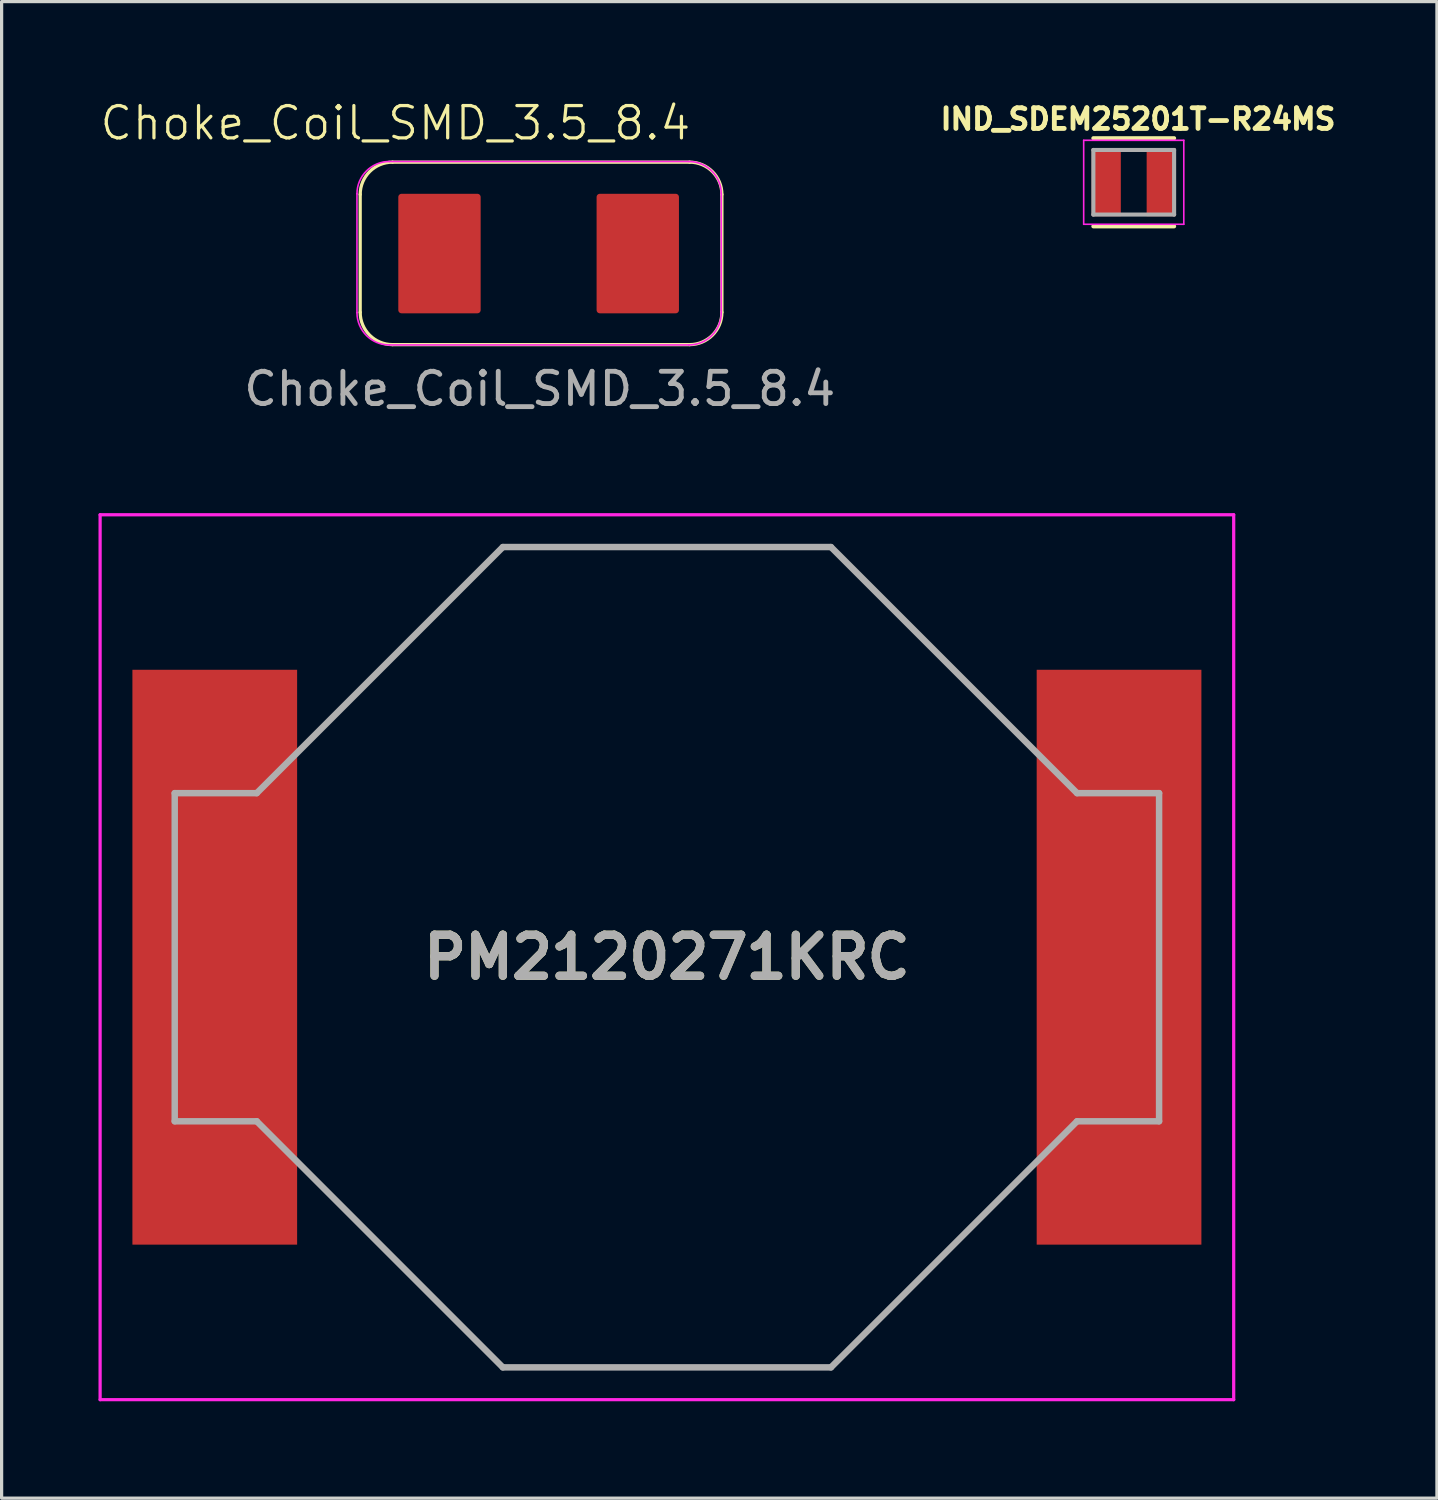
<source format=kicad_pcb>
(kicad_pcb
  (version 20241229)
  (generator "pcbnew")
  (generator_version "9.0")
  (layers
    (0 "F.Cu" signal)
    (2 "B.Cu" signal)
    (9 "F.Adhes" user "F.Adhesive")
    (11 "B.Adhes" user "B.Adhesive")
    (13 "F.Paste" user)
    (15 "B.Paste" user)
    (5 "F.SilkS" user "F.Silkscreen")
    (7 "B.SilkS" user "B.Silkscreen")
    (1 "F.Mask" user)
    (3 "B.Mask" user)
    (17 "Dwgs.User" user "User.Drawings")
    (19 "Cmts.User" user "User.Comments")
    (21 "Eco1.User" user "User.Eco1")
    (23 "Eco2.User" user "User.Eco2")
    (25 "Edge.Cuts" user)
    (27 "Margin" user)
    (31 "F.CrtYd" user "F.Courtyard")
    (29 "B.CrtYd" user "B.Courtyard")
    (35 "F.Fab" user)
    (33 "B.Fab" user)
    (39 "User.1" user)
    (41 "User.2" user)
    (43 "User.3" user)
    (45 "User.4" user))
  (footprint "Choke_Coil_SMD_3.5_8.4"
    (layer "F.Cu")
    (at 13.723 4.681)
    (property "Reference" "Choke_Coil_SMD_3.5_8.4" (at -4.53 -3.92 0) (unlocked yes) (layer "F.SilkS") (effects (font (size 1 1) (thickness 0.1))))
    (attr smd)
    (fp_rect (start -4.34 -1.63) (end -1.99 1.87) (stroke (width 0.2) (type solid)) (fill yes) (layer "F.Cu"))
    (fp_rect (start 1.8 -1.63) (end 4.15 1.87) (stroke (width 0.2) (type solid)) (fill yes) (layer "F.Cu"))
    (fp_rect (start -4.47 -1.82) (end -1.87 1.89) (stroke (width 0.1) (type solid)) (fill yes) (layer "F.Mask"))
    (fp_rect (start 1.75 -1.73) (end 4.28 1.98) (stroke (width 0.1) (type solid)) (fill yes) (layer "F.Mask"))
    (fp_line (start -5.62 1.94) (end -5.62 -1.71) (stroke (width 0.1) (type default)) (layer "F.SilkS"))
    (fp_line (start -4.62 -2.71) (end 4.58 -2.71) (stroke (width 0.1) (type default)) (layer "F.SilkS"))
    (fp_line (start 4.58 2.94) (end -4.62 2.94) (stroke (width 0.1) (type default)) (layer "F.SilkS"))
    (fp_line (start 5.58 -1.71) (end 5.58 1.94) (stroke (width 0.1) (type default)) (layer "F.SilkS"))
    (fp_arc (start -5.62 -1.71) (mid -5.327107 -2.417107) (end -4.62 -2.71) (stroke (width 0.1) (type default)) (layer "F.SilkS"))
    (fp_arc (start -4.62 2.94) (mid -5.327107 2.647107) (end -5.62 1.94) (stroke (width 0.1) (type default)) (layer "F.SilkS"))
    (fp_arc (start 4.58 -2.71) (mid 5.287107 -2.417107) (end 5.58 -1.71) (stroke (width 0.1) (type default)) (layer "F.SilkS"))
    (fp_arc (start 5.58 1.94) (mid 5.287107 2.647107) (end 4.58 2.94) (stroke (width 0.1) (type default)) (layer "F.SilkS"))
    (fp_rect (start -4.51 -1.81) (end -1.85 1.97) (stroke (width 0.1) (type solid)) (fill yes) (layer "F.Paste"))
    (fp_rect (start 1.64 -1.76) (end 4.34 1.98) (stroke (width 0.1) (type solid)) (fill yes) (layer "F.Paste"))
    (fp_line (start -5.72 1.95) (end -5.72 -1.73) (stroke (width 0.05) (type default)) (layer "F.CrtYd"))
    (fp_line (start -4.72 -2.73) (end 4.56 -2.73) (stroke (width 0.05) (type default)) (layer "F.CrtYd"))
    (fp_line (start 4.56 2.95) (end -4.72 2.95) (stroke (width 0.05) (type default)) (layer "F.CrtYd"))
    (fp_line (start 5.56 -1.73) (end 5.56 1.95) (stroke (width 0.05) (type default)) (layer "F.CrtYd"))
    (fp_arc (start -5.72 -1.73) (mid -5.427107 -2.437107) (end -4.72 -2.73) (stroke (width 0.05) (type default)) (layer "F.CrtYd"))
    (fp_arc (start -4.72 2.95) (mid -5.427107 2.657107) (end -5.72 1.95) (stroke (width 0.05) (type default)) (layer "F.CrtYd"))
    (fp_arc (start 4.56 -2.73) (mid 5.267107 -2.437107) (end 5.56 -1.73) (stroke (width 0.05) (type default)) (layer "F.CrtYd"))
    (fp_arc (start 5.56 1.95) (mid 5.267107 2.657107) (end 4.56 2.95) (stroke (width 0.05) (type default)) (layer "F.CrtYd"))
    (fp_text user "${REFERENCE}" (at -0.06 4.31 0) (unlocked yes) (layer "F.Fab") (effects (font (size 1 1) (thickness 0.15)))))
  (footprint "IND_SDEM25201T-R24MS"
    (layer "F.Cu")
    (at 32.055 2.594)
    (property "Reference" "IND_SDEM25201T-R24MS" (at 0.132 -1.956 0) (layer "F.SilkS") (effects (font (size 0.64 0.64) (thickness 0.15))))
    (attr smd)
    (fp_line (start -1.25 -1.364) (end 1.25 -1.364) (stroke (width 0.127) (type solid)) (layer "F.SilkS"))
    (fp_line (start -1.25 1.364) (end 1.25 1.364) (stroke (width 0.127) (type solid)) (layer "F.SilkS"))
    (fp_line (start -1.55 -1.3) (end 1.55 -1.3) (stroke (width 0.05) (type solid)) (layer "F.CrtYd"))
    (fp_line (start -1.55 1.3) (end -1.55 -1.3) (stroke (width 0.05) (type solid)) (layer "F.CrtYd"))
    (fp_line (start 1.55 -1.3) (end 1.55 1.3) (stroke (width 0.05) (type solid)) (layer "F.CrtYd"))
    (fp_line (start 1.55 1.3) (end -1.55 1.3) (stroke (width 0.05) (type solid)) (layer "F.CrtYd"))
    (fp_line (start -1.25 -1) (end 1.25 -1) (stroke (width 0.127) (type solid)) (layer "F.Fab"))
    (fp_line (start -1.25 1) (end -1.25 -1) (stroke (width 0.127) (type solid)) (layer "F.Fab"))
    (fp_line (start 1.25 -1) (end 1.25 1) (stroke (width 0.127) (type solid)) (layer "F.Fab"))
    (fp_line (start 1.25 1) (end -1.25 1) (stroke (width 0.127) (type solid)) (layer "F.Fab"))
    (pad "1" smd rect (at -0.85 0) (size 0.9 2.1) (layers "F.Cu" "F.Mask" "F.Paste"))
    (pad "2" smd rect (at 0.85 0) (size 0.9 2.1) (layers "F.Cu" "F.Mask" "F.Paste")))
  (footprint "PM2120271KRC"
    (layer "F.Cu")
    (at 17.6 26.589)
    (property "Reference" "PM2120271KRC" (at 0 0 0) (layer "F.SilkS") (effects (font (size 1.27 1.27) (thickness 0.254))))
    (attr smd)
    (fp_line (start -10.16 -7.62) (end -5.08 -12.7) (stroke (width 0.1) (type solid)) (layer "F.SilkS"))
    (fp_line (start -10.16 7.62) (end -5.08 12.7) (stroke (width 0.1) (type solid)) (layer "F.SilkS"))
    (fp_line (start -5.08 -12.7) (end 5.08 -12.7) (stroke (width 0.1) (type solid)) (layer "F.SilkS"))
    (fp_line (start -5.08 12.7) (end 5.08 12.7) (stroke (width 0.1) (type solid)) (layer "F.SilkS"))
    (fp_line (start 5.08 -12.7) (end 10.16 -7.62) (stroke (width 0.1) (type solid)) (layer "F.SilkS"))
    (fp_line (start 5.08 12.7) (end 10.16 7.62) (stroke (width 0.1) (type solid)) (layer "F.SilkS"))
    (fp_line (start -17.55 -13.7) (end 17.55 -13.7) (stroke (width 0.1) (type solid)) (layer "F.CrtYd"))
    (fp_line (start -17.55 13.7) (end -17.55 -13.7) (stroke (width 0.1) (type solid)) (layer "F.CrtYd"))
    (fp_line (start 17.55 -13.7) (end 17.55 13.7) (stroke (width 0.1) (type solid)) (layer "F.CrtYd"))
    (fp_line (start 17.55 13.7) (end -17.55 13.7) (stroke (width 0.1) (type solid)) (layer "F.CrtYd"))
    (fp_line (start -15.24 -5.08) (end -12.7 -5.08) (stroke (width 0.2) (type solid)) (layer "F.Fab"))
    (fp_line (start -15.24 5.08) (end -15.24 -5.08) (stroke (width 0.2) (type solid)) (layer "F.Fab"))
    (fp_line (start -12.7 -5.08) (end -5.08 -12.7) (stroke (width 0.2) (type solid)) (layer "F.Fab"))
    (fp_line (start -12.7 5.08) (end -15.24 5.08) (stroke (width 0.2) (type solid)) (layer "F.Fab"))
    (fp_line (start -5.08 -12.7) (end 5.08 -12.7) (stroke (width 0.2) (type solid)) (layer "F.Fab"))
    (fp_line (start -5.08 12.7) (end -12.7 5.08) (stroke (width 0.2) (type solid)) (layer "F.Fab"))
    (fp_line (start 5.08 -12.7) (end 12.7 -5.08) (stroke (width 0.2) (type solid)) (layer "F.Fab"))
    (fp_line (start 5.08 12.7) (end -5.08 12.7) (stroke (width 0.2) (type solid)) (layer "F.Fab"))
    (fp_line (start 12.7 -5.08) (end 15.24 -5.08) (stroke (width 0.2) (type solid)) (layer "F.Fab"))
    (fp_line (start 12.7 5.08) (end 5.08 12.7) (stroke (width 0.2) (type solid)) (layer "F.Fab"))
    (fp_line (start 15.24 -5.08) (end 15.24 5.08) (stroke (width 0.2) (type solid)) (layer "F.Fab"))
    (fp_line (start 15.24 5.08) (end 12.7 5.08) (stroke (width 0.2) (type solid)) (layer "F.Fab"))
    (fp_text user "${REFERENCE}" (at 0 0 0) (layer "F.Fab") (effects (font (size 1.27 1.27) (thickness 0.254))))
    (pad "1" smd rect (at -14 0) (size 5.1 17.8) (layers "F.Cu" "F.Mask" "F.Paste"))
    (pad "2" smd rect (at 14 0) (size 5.1 17.8) (layers "F.Cu" "F.Mask" "F.Paste")))
  (gr_rect
    (start -3 -3)
    (end 41.443 43.339)
    (stroke (width 0.1) (type default))
    (fill no)
    (layer "Edge.Cuts")))
</source>
